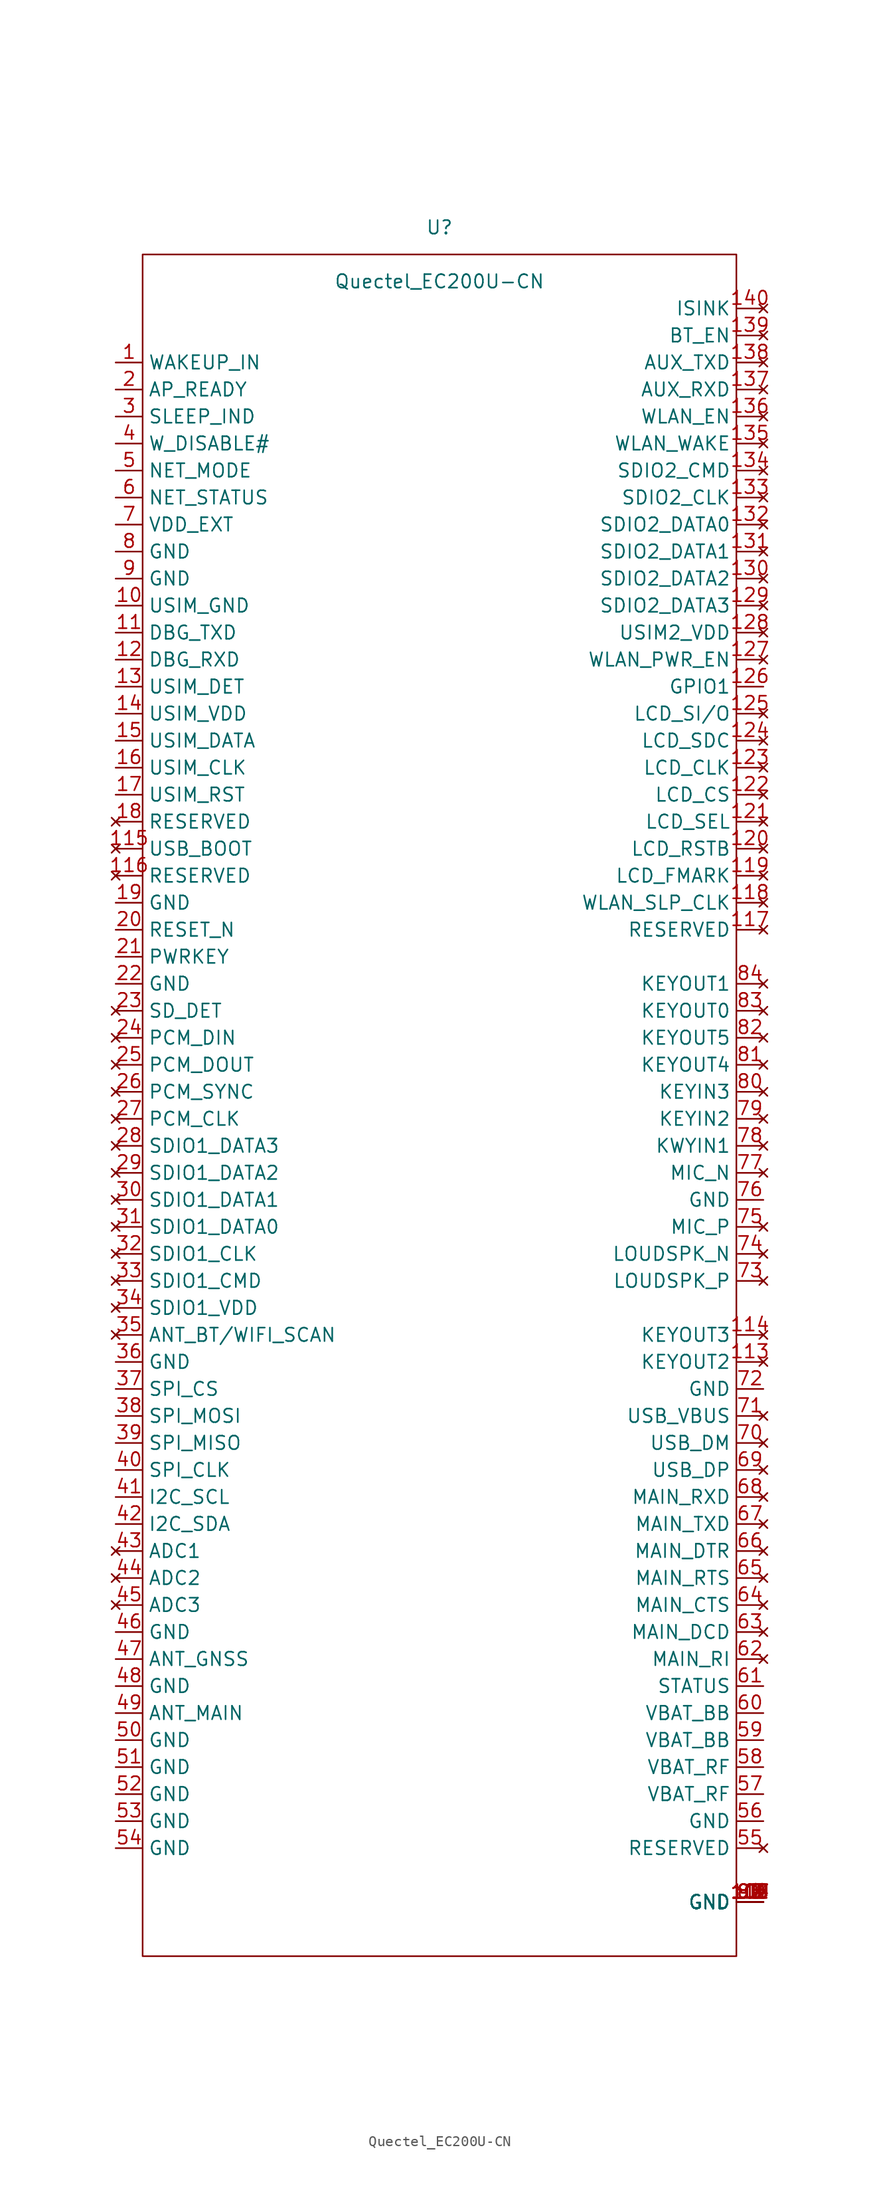
<source format=kicad_sym>
(kicad_symbol_lib
  (version 20220914)
  (generator kicad_symbol_editor)
  (symbol "Quectel_EC200U-CN"
    (property "Reference" "U"
      (at 0 78.74 0)
      (effects (font (size 1.27 1.27))))
    (property "Value" "Quectel_EC200U-CN"
      (at 0 73.66 0)
      (effects (font (size 1.27 1.27))))
    (symbol "Quectel_EC200U-CN_0_0"
      (pin input line (at -30.48 66.04 0) (length 2.54) (name "WAKEUP_IN" (effects (font (size 1.27 1.27)))) (number "1" (effects (font (size 1.27 1.27)))))
      (pin power_in line (at -30.48 43.18 0) (length 2.54) (name "USIM_GND" (effects (font (size 1.27 1.27)))) (number "10" (effects (font (size 1.27 1.27)))))
      (pin power_in line (at 30.48 -78.74 180) (length 2.54) (name "GND" (effects (font (size 1.27 1.27)))) (number "100" (effects (font (size 1.27 1.27)))))
      (pin power_in line (at 30.48 -78.74 180) (length 2.54) (name "GND" (effects (font (size 1.27 1.27)))) (number "101" (effects (font (size 1.27 1.27)))))
      (pin power_in line (at 30.48 -78.74 180) (length 2.54) (name "GND" (effects (font (size 1.27 1.27)))) (number "102" (effects (font (size 1.27 1.27)))))
      (pin power_in line (at 30.48 -78.74 180) (length 2.54) (name "GND" (effects (font (size 1.27 1.27)))) (number "103" (effects (font (size 1.27 1.27)))))
      (pin power_in line (at 30.48 -78.74 180) (length 2.54) (name "GND" (effects (font (size 1.27 1.27)))) (number "104" (effects (font (size 1.27 1.27)))))
      (pin power_in line (at 30.48 -78.74 180) (length 2.54) (name "GND" (effects (font (size 1.27 1.27)))) (number "105" (effects (font (size 1.27 1.27)))))
      (pin power_in line (at 30.48 -78.74 180) (length 2.54) (name "GND" (effects (font (size 1.27 1.27)))) (number "106" (effects (font (size 1.27 1.27)))))
      (pin power_in line (at 30.48 -78.74 180) (length 2.54) (name "GND" (effects (font (size 1.27 1.27)))) (number "107" (effects (font (size 1.27 1.27)))))
      (pin power_in line (at 30.48 -78.74 180) (length 2.54) (name "GND" (effects (font (size 1.27 1.27)))) (number "108" (effects (font (size 1.27 1.27)))))
      (pin power_in line (at 30.48 -78.74 180) (length 2.54) (name "GND" (effects (font (size 1.27 1.27)))) (number "109" (effects (font (size 1.27 1.27)))))
      (pin bidirectional line (at -30.48 40.64 0) (length 2.54) (name "DBG_TXD" (effects (font (size 1.27 1.27)))) (number "11" (effects (font (size 1.27 1.27)))))
      (pin power_in line (at 30.48 -78.74 180) (length 2.54) (name "GND" (effects (font (size 1.27 1.27)))) (number "110" (effects (font (size 1.27 1.27)))))
      (pin power_in line (at 30.48 -78.74 180) (length 2.54) (name "GND" (effects (font (size 1.27 1.27)))) (number "111" (effects (font (size 1.27 1.27)))))
      (pin power_in line (at 30.48 -78.74 180) (length 2.54) (name "GND" (effects (font (size 1.27 1.27)))) (number "112" (effects (font (size 1.27 1.27)))))
      (pin no_connect line (at 30.48 -27.94 180) (length 2.54) (name "KEYOUT2" (effects (font (size 1.27 1.27)))) (number "113" (effects (font (size 1.27 1.27)))))
      (pin no_connect line (at 30.48 -25.4 180) (length 2.54) (name "KEYOUT3" (effects (font (size 1.27 1.27)))) (number "114" (effects (font (size 1.27 1.27)))))
      (pin no_connect line (at -30.48 20.32 0) (length 2.54) (name "USB_BOOT" (effects (font (size 1.27 1.27)))) (number "115" (effects (font (size 1.27 1.27)))))
      (pin no_connect line (at -30.48 17.78 0) (length 2.54) (name "RESERVED" (effects (font (size 1.27 1.27)))) (number "116" (effects (font (size 1.27 1.27)))))
      (pin no_connect line (at 30.48 12.7 180) (length 2.54) (name "RESERVED" (effects (font (size 1.27 1.27)))) (number "117" (effects (font (size 1.27 1.27)))))
      (pin no_connect line (at 30.48 15.24 180) (length 2.54) (name "WLAN_SLP_CLK" (effects (font (size 1.27 1.27)))) (number "118" (effects (font (size 1.27 1.27)))))
      (pin no_connect line (at 30.48 17.78 180) (length 2.54) (name "LCD_FMARK" (effects (font (size 1.27 1.27)))) (number "119" (effects (font (size 1.27 1.27)))))
      (pin bidirectional line (at -30.48 38.1 0) (length 2.54) (name "DBG_RXD" (effects (font (size 1.27 1.27)))) (number "12" (effects (font (size 1.27 1.27)))))
      (pin no_connect line (at 30.48 20.32 180) (length 2.54) (name "LCD_RSTB" (effects (font (size 1.27 1.27)))) (number "120" (effects (font (size 1.27 1.27)))))
      (pin no_connect line (at 30.48 43.18 180) (length 2.54) (name "SDIO2_DATA3" (effects (font (size 1.27 1.27)))) (number "129" (effects (font (size 1.27 1.27)))))
      (pin unspecified line (at -30.48 35.56 0) (length 2.54) (name "USIM_DET" (effects (font (size 1.27 1.27)))) (number "13" (effects (font (size 1.27 1.27)))))
      (pin no_connect line (at 30.48 45.72 180) (length 2.54) (name "SDIO2_DATA2" (effects (font (size 1.27 1.27)))) (number "130" (effects (font (size 1.27 1.27)))))
      (pin no_connect line (at 30.48 48.26 180) (length 2.54) (name "SDIO2_DATA1" (effects (font (size 1.27 1.27)))) (number "131" (effects (font (size 1.27 1.27)))))
      (pin no_connect line (at 30.48 50.8 180) (length 2.54) (name "SDIO2_DATA0" (effects (font (size 1.27 1.27)))) (number "132" (effects (font (size 1.27 1.27)))))
      (pin no_connect line (at 30.48 53.34 180) (length 2.54) (name "SDIO2_CLK" (effects (font (size 1.27 1.27)))) (number "133" (effects (font (size 1.27 1.27)))))
      (pin no_connect line (at 30.48 55.88 180) (length 2.54) (name "SDIO2_CMD" (effects (font (size 1.27 1.27)))) (number "134" (effects (font (size 1.27 1.27)))))
      (pin no_connect line (at 30.48 58.42 180) (length 2.54) (name "WLAN_WAKE" (effects (font (size 1.27 1.27)))) (number "135" (effects (font (size 1.27 1.27)))))
      (pin no_connect line (at 30.48 60.96 180) (length 2.54) (name "WLAN_EN" (effects (font (size 1.27 1.27)))) (number "136" (effects (font (size 1.27 1.27)))))
      (pin no_connect line (at 30.48 63.5 180) (length 2.54) (name "AUX_RXD" (effects (font (size 1.27 1.27)))) (number "137" (effects (font (size 1.27 1.27)))))
      (pin no_connect line (at 30.48 66.04 180) (length 2.54) (name "AUX_TXD" (effects (font (size 1.27 1.27)))) (number "138" (effects (font (size 1.27 1.27)))))
      (pin no_connect line (at 30.48 68.58 180) (length 2.54) (name "BT_EN" (effects (font (size 1.27 1.27)))) (number "139" (effects (font (size 1.27 1.27)))))
      (pin power_in line (at -30.48 33.02 0) (length 2.54) (name "USIM_VDD" (effects (font (size 1.27 1.27)))) (number "14" (effects (font (size 1.27 1.27)))))
      (pin no_connect line (at 30.48 71.12 180) (length 2.54) (name "ISINK" (effects (font (size 1.27 1.27)))) (number "140" (effects (font (size 1.27 1.27)))))
      (pin unspecified line (at -30.48 30.48 0) (length 2.54) (name "USIM_DATA" (effects (font (size 1.27 1.27)))) (number "15" (effects (font (size 1.27 1.27)))))
      (pin unspecified line (at -30.48 27.94 0) (length 2.54) (name "USIM_CLK" (effects (font (size 1.27 1.27)))) (number "16" (effects (font (size 1.27 1.27)))))
      (pin unspecified line (at -30.48 25.4 0) (length 2.54) (name "USIM_RST" (effects (font (size 1.27 1.27)))) (number "17" (effects (font (size 1.27 1.27)))))
      (pin no_connect line (at -30.48 22.86 0) (length 2.54) (name "RESERVED" (effects (font (size 1.27 1.27)))) (number "18" (effects (font (size 1.27 1.27)))))
      (pin power_in line (at -30.48 15.24 0) (length 2.54) (name "GND" (effects (font (size 1.27 1.27)))) (number "19" (effects (font (size 1.27 1.27)))))
      (pin passive line (at -30.48 63.5 0) (length 2.54) (name "AP_READY" (effects (font (size 1.27 1.27)))) (number "2" (effects (font (size 1.27 1.27)))))
      (pin input line (at -30.48 12.7 0) (length 2.54) (name "RESET_N" (effects (font (size 1.27 1.27)))) (number "20" (effects (font (size 1.27 1.27)))))
      (pin input line (at -30.48 10.16 0) (length 2.54) (name "PWRKEY" (effects (font (size 1.27 1.27)))) (number "21" (effects (font (size 1.27 1.27)))))
      (pin power_in line (at -30.48 7.62 0) (length 2.54) (name "GND" (effects (font (size 1.27 1.27)))) (number "22" (effects (font (size 1.27 1.27)))))
      (pin no_connect line (at -30.48 5.08 0) (length 2.54) (name "SD_DET" (effects (font (size 1.27 1.27)))) (number "23" (effects (font (size 1.27 1.27)))))
      (pin no_connect line (at -30.48 2.54 0) (length 2.54) (name "PCM_DIN" (effects (font (size 1.27 1.27)))) (number "24" (effects (font (size 1.27 1.27)))))
      (pin no_connect line (at -30.48 0 0) (length 2.54) (name "PCM_DOUT" (effects (font (size 1.27 1.27)))) (number "25" (effects (font (size 1.27 1.27)))))
      (pin no_connect line (at -30.48 -2.54 0) (length 2.54) (name "PCM_SYNC" (effects (font (size 1.27 1.27)))) (number "26" (effects (font (size 1.27 1.27)))))
      (pin no_connect line (at -30.48 -5.08 0) (length 2.54) (name "PCM_CLK" (effects (font (size 1.27 1.27)))) (number "27" (effects (font (size 1.27 1.27)))))
      (pin no_connect line (at -30.48 -7.62 0) (length 2.54) (name "SDIO1_DATA3" (effects (font (size 1.27 1.27)))) (number "28" (effects (font (size 1.27 1.27)))))
      (pin no_connect line (at -30.48 -10.16 0) (length 2.54) (name "SDIO1_DATA2" (effects (font (size 1.27 1.27)))) (number "29" (effects (font (size 1.27 1.27)))))
      (pin input line (at -30.48 60.96 0) (length 2.54) (name "SLEEP_IND" (effects (font (size 1.27 1.27)))) (number "3" (effects (font (size 1.27 1.27)))))
      (pin no_connect line (at -30.48 -12.7 0) (length 2.54) (name "SDIO1_DATA1" (effects (font (size 1.27 1.27)))) (number "30" (effects (font (size 1.27 1.27)))))
      (pin no_connect line (at -30.48 -15.24 0) (length 2.54) (name "SDIO1_DATA0" (effects (font (size 1.27 1.27)))) (number "31" (effects (font (size 1.27 1.27)))))
      (pin no_connect line (at -30.48 -17.78 0) (length 2.54) (name "SDIO1_CLK" (effects (font (size 1.27 1.27)))) (number "32" (effects (font (size 1.27 1.27)))))
      (pin no_connect line (at -30.48 -20.32 0) (length 2.54) (name "SDIO1_CMD" (effects (font (size 1.27 1.27)))) (number "33" (effects (font (size 1.27 1.27)))))
      (pin no_connect line (at -30.48 -22.86 0) (length 2.54) (name "SDIO1_VDD" (effects (font (size 1.27 1.27)))) (number "34" (effects (font (size 1.27 1.27)))))
      (pin no_connect line (at -30.48 -25.4 0) (length 2.54) (name "ANT_BT/WIFI_SCAN" (effects (font (size 1.27 1.27)))) (number "35" (effects (font (size 1.27 1.27)))))
      (pin power_in line (at -30.48 -27.94 0) (length 2.54) (name "GND" (effects (font (size 1.27 1.27)))) (number "36" (effects (font (size 1.27 1.27)))))
      (pin input line (at -30.48 -30.48 0) (length 2.54) (name "SPI_CS" (effects (font (size 1.27 1.27)))) (number "37" (effects (font (size 1.27 1.27)))))
      (pin bidirectional line (at -30.48 -33.02 0) (length 2.54) (name "SPI_MOSI" (effects (font (size 1.27 1.27)))) (number "38" (effects (font (size 1.27 1.27)))))
      (pin bidirectional line (at -30.48 -35.56 0) (length 2.54) (name "SPI_MISO" (effects (font (size 1.27 1.27)))) (number "39" (effects (font (size 1.27 1.27)))))
      (pin input line (at -30.48 58.42 0) (length 2.54) (name "W_DISABLE#" (effects (font (size 1.27 1.27)))) (number "4" (effects (font (size 1.27 1.27)))))
      (pin bidirectional line (at -30.48 -38.1 0) (length 2.54) (name "SPI_CLK" (effects (font (size 1.27 1.27)))) (number "40" (effects (font (size 1.27 1.27)))))
      (pin bidirectional line (at -30.48 -40.64 0) (length 2.54) (name "I2C_SCL" (effects (font (size 1.27 1.27)))) (number "41" (effects (font (size 1.27 1.27)))))
      (pin bidirectional line (at -30.48 -43.18 0) (length 2.54) (name "I2C_SDA" (effects (font (size 1.27 1.27)))) (number "42" (effects (font (size 1.27 1.27)))))
      (pin no_connect line (at -30.48 -45.72 0) (length 2.54) (name "ADC1" (effects (font (size 1.27 1.27)))) (number "43" (effects (font (size 1.27 1.27)))))
      (pin no_connect line (at -30.48 -48.26 0) (length 2.54) (name "ADC2" (effects (font (size 1.27 1.27)))) (number "44" (effects (font (size 1.27 1.27)))))
      (pin no_connect line (at -30.48 -50.8 0) (length 2.54) (name "ADC3" (effects (font (size 1.27 1.27)))) (number "45" (effects (font (size 1.27 1.27)))))
      (pin power_in line (at -30.48 -53.34 0) (length 2.54) (name "GND" (effects (font (size 1.27 1.27)))) (number "46" (effects (font (size 1.27 1.27)))))
      (pin passive line (at -30.48 -55.88 0) (length 2.54) (name "ANT_GNSS" (effects (font (size 1.27 1.27)))) (number "47" (effects (font (size 1.27 1.27)))))
      (pin power_in line (at -30.48 -58.42 0) (length 2.54) (name "GND" (effects (font (size 1.27 1.27)))) (number "48" (effects (font (size 1.27 1.27)))))
      (pin passive line (at -30.48 -60.96 0) (length 2.54) (name "ANT_MAIN" (effects (font (size 1.27 1.27)))) (number "49" (effects (font (size 1.27 1.27)))))
      (pin output line (at -30.48 55.88 0) (length 2.54) (name "NET_MODE" (effects (font (size 1.27 1.27)))) (number "5" (effects (font (size 1.27 1.27)))))
      (pin power_in line (at -30.48 -63.5 0) (length 2.54) (name "GND" (effects (font (size 1.27 1.27)))) (number "50" (effects (font (size 1.27 1.27)))))
      (pin power_in line (at -30.48 -66.04 0) (length 2.54) (name "GND" (effects (font (size 1.27 1.27)))) (number "51" (effects (font (size 1.27 1.27)))))
      (pin power_in line (at -30.48 -68.58 0) (length 2.54) (name "GND" (effects (font (size 1.27 1.27)))) (number "52" (effects (font (size 1.27 1.27)))))
      (pin power_in line (at -30.48 -71.12 0) (length 2.54) (name "GND" (effects (font (size 1.27 1.27)))) (number "53" (effects (font (size 1.27 1.27)))))
      (pin power_in line (at -30.48 -73.66 0) (length 2.54) (name "GND" (effects (font (size 1.27 1.27)))) (number "54" (effects (font (size 1.27 1.27)))))
      (pin no_connect line (at 30.48 -73.66 180) (length 2.54) (name "RESERVED" (effects (font (size 1.27 1.27)))) (number "55" (effects (font (size 1.27 1.27)))))
      (pin power_in line (at 30.48 -71.12 180) (length 2.54) (name "GND" (effects (font (size 1.27 1.27)))) (number "56" (effects (font (size 1.27 1.27)))))
      (pin power_in line (at 30.48 -68.58 180) (length 2.54) (name "VBAT_RF" (effects (font (size 1.27 1.27)))) (number "57" (effects (font (size 1.27 1.27)))))
      (pin power_in line (at 30.48 -66.04 180) (length 2.54) (name "VBAT_RF" (effects (font (size 1.27 1.27)))) (number "58" (effects (font (size 1.27 1.27)))))
      (pin power_in line (at 30.48 -63.5 180) (length 2.54) (name "VBAT_BB" (effects (font (size 1.27 1.27)))) (number "59" (effects (font (size 1.27 1.27)))))
      (pin output line (at -30.48 53.34 0) (length 2.54) (name "NET_STATUS" (effects (font (size 1.27 1.27)))) (number "6" (effects (font (size 1.27 1.27)))))
      (pin power_in line (at 30.48 -60.96 180) (length 2.54) (name "VBAT_BB" (effects (font (size 1.27 1.27)))) (number "60" (effects (font (size 1.27 1.27)))))
      (pin output line (at 30.48 -58.42 180) (length 2.54) (name "STATUS" (effects (font (size 1.27 1.27)))) (number "61" (effects (font (size 1.27 1.27)))))
      (pin no_connect line (at 30.48 -55.88 180) (length 2.54) (name "MAIN_RI" (effects (font (size 1.27 1.27)))) (number "62" (effects (font (size 1.27 1.27)))))
      (pin no_connect line (at 30.48 -53.34 180) (length 2.54) (name "MAIN_DCD" (effects (font (size 1.27 1.27)))) (number "63" (effects (font (size 1.27 1.27)))))
      (pin no_connect line (at 30.48 -50.8 180) (length 2.54) (name "MAIN_CTS" (effects (font (size 1.27 1.27)))) (number "64" (effects (font (size 1.27 1.27)))))
      (pin no_connect line (at 30.48 -48.26 180) (length 2.54) (name "MAIN_RTS" (effects (font (size 1.27 1.27)))) (number "65" (effects (font (size 1.27 1.27)))))
      (pin no_connect line (at 30.48 -45.72 180) (length 2.54) (name "MAIN_DTR" (effects (font (size 1.27 1.27)))) (number "66" (effects (font (size 1.27 1.27)))))
      (pin no_connect line (at 30.48 -43.18 180) (length 2.54) (name "MAIN_TXD" (effects (font (size 1.27 1.27)))) (number "67" (effects (font (size 1.27 1.27)))))
      (pin no_connect line (at 30.48 -40.64 180) (length 2.54) (name "MAIN_RXD" (effects (font (size 1.27 1.27)))) (number "68" (effects (font (size 1.27 1.27)))))
      (pin no_connect line (at 30.48 -38.1 180) (length 2.54) (name "USB_DP" (effects (font (size 1.27 1.27)))) (number "69" (effects (font (size 1.27 1.27)))))
      (pin power_in line (at -30.48 50.8 0) (length 2.54) (name "VDD_EXT" (effects (font (size 1.27 1.27)))) (number "7" (effects (font (size 1.27 1.27)))))
      (pin no_connect line (at 30.48 -35.56 180) (length 2.54) (name "USB_DM" (effects (font (size 1.27 1.27)))) (number "70" (effects (font (size 1.27 1.27)))))
      (pin no_connect line (at 30.48 -33.02 180) (length 2.54) (name "USB_VBUS" (effects (font (size 1.27 1.27)))) (number "71" (effects (font (size 1.27 1.27)))))
      (pin power_in line (at 30.48 -30.48 180) (length 2.54) (name "GND" (effects (font (size 1.27 1.27)))) (number "72" (effects (font (size 1.27 1.27)))))
      (pin no_connect line (at 30.48 -20.32 180) (length 2.54) (name "LOUDSPK_P" (effects (font (size 1.27 1.27)))) (number "73" (effects (font (size 1.27 1.27)))))
      (pin no_connect line (at 30.48 -17.78 180) (length 2.54) (name "LOUDSPK_N" (effects (font (size 1.27 1.27)))) (number "74" (effects (font (size 1.27 1.27)))))
      (pin no_connect line (at 30.48 -15.24 180) (length 2.54) (name "MIC_P" (effects (font (size 1.27 1.27)))) (number "75" (effects (font (size 1.27 1.27)))))
      (pin power_in line (at 30.48 -12.7 180) (length 2.54) (name "GND" (effects (font (size 1.27 1.27)))) (number "76" (effects (font (size 1.27 1.27)))))
      (pin no_connect line (at 30.48 -10.16 180) (length 2.54) (name "MIC_N" (effects (font (size 1.27 1.27)))) (number "77" (effects (font (size 1.27 1.27)))))
      (pin no_connect line (at 30.48 -7.62 180) (length 2.54) (name "KWYIN1" (effects (font (size 1.27 1.27)))) (number "78" (effects (font (size 1.27 1.27)))))
      (pin no_connect line (at 30.48 -5.08 180) (length 2.54) (name "KEYIN2" (effects (font (size 1.27 1.27)))) (number "79" (effects (font (size 1.27 1.27)))))
      (pin power_in line (at -30.48 48.26 0) (length 2.54) (name "GND" (effects (font (size 1.27 1.27)))) (number "8" (effects (font (size 1.27 1.27)))))
      (pin no_connect line (at 30.48 -2.54 180) (length 2.54) (name "KEYIN3" (effects (font (size 1.27 1.27)))) (number "80" (effects (font (size 1.27 1.27)))))
      (pin no_connect line (at 30.48 0 180) (length 2.54) (name "KEYOUT4" (effects (font (size 1.27 1.27)))) (number "81" (effects (font (size 1.27 1.27)))))
      (pin no_connect line (at 30.48 2.54 180) (length 2.54) (name "KEYOUT5" (effects (font (size 1.27 1.27)))) (number "82" (effects (font (size 1.27 1.27)))))
      (pin no_connect line (at 30.48 5.08 180) (length 2.54) (name "KEYOUT0" (effects (font (size 1.27 1.27)))) (number "83" (effects (font (size 1.27 1.27)))))
      (pin no_connect line (at 30.48 7.62 180) (length 2.54) (name "KEYOUT1" (effects (font (size 1.27 1.27)))) (number "84" (effects (font (size 1.27 1.27)))))
      (pin power_in line (at 30.48 -78.74 180) (length 2.54) (name "GND" (effects (font (size 1.27 1.27)))) (number "85" (effects (font (size 1.27 1.27)))))
      (pin power_in line (at 30.48 -78.74 180) (length 2.54) (name "GND" (effects (font (size 1.27 1.27)))) (number "86" (effects (font (size 1.27 1.27)))))
      (pin power_in line (at 30.48 -78.74 180) (length 2.54) (name "GND" (effects (font (size 1.27 1.27)))) (number "87" (effects (font (size 1.27 1.27)))))
      (pin power_in line (at 30.48 -78.74 180) (length 2.54) (name "GND" (effects (font (size 1.27 1.27)))) (number "88" (effects (font (size 1.27 1.27)))))
      (pin power_in line (at 30.48 -78.74 180) (length 2.54) (name "GND" (effects (font (size 1.27 1.27)))) (number "89" (effects (font (size 1.27 1.27)))))
      (pin power_in line (at -30.48 45.72 0) (length 2.54) (name "GND" (effects (font (size 1.27 1.27)))) (number "9" (effects (font (size 1.27 1.27)))))
      (pin power_in line (at 30.48 -78.74 180) (length 2.54) (name "GND" (effects (font (size 1.27 1.27)))) (number "90" (effects (font (size 1.27 1.27)))))
      (pin power_in line (at 30.48 -78.74 180) (length 2.54) (name "GND" (effects (font (size 1.27 1.27)))) (number "91" (effects (font (size 1.27 1.27)))))
      (pin power_in line (at 30.48 -78.74 180) (length 2.54) (name "GND" (effects (font (size 1.27 1.27)))) (number "92" (effects (font (size 1.27 1.27)))))
      (pin power_in line (at 30.48 -78.74 180) (length 2.54) (name "GND" (effects (font (size 1.27 1.27)))) (number "93" (effects (font (size 1.27 1.27)))))
      (pin power_in line (at 30.48 -78.74 180) (length 2.54) (name "GND" (effects (font (size 1.27 1.27)))) (number "94" (effects (font (size 1.27 1.27)))))
      (pin power_in line (at 30.48 -78.74 180) (length 2.54) (name "GND" (effects (font (size 1.27 1.27)))) (number "95" (effects (font (size 1.27 1.27)))))
      (pin power_in line (at 30.48 -78.74 180) (length 2.54) (name "GND" (effects (font (size 1.27 1.27)))) (number "96" (effects (font (size 1.27 1.27)))))
      (pin power_in line (at 30.48 -78.74 180) (length 2.54) (name "GND" (effects (font (size 1.27 1.27)))) (number "97" (effects (font (size 1.27 1.27)))))
      (pin power_in line (at 30.48 -78.74 180) (length 2.54) (name "GND" (effects (font (size 1.27 1.27)))) (number "98" (effects (font (size 1.27 1.27)))))
      (pin power_in line (at 30.48 -78.74 180) (length 2.54) (name "GND" (effects (font (size 1.27 1.27)))) (number "99" (effects (font (size 1.27 1.27))))))
    (symbol "Quectel_EC200U-CN_0_1"
      (rectangle (start -27.94 76.2) (end 27.94 -83.82) (stroke (width 0.152) (type default)) (fill (type none))))
    (symbol "Quectel_EC200U-CN_1_1"
      (pin no_connect line (at 30.48 22.86 180) (length 2.54) (name "LCD_SEL" (effects (font (size 1.27 1.27)))) (number "121" (effects (font (size 1.27 1.27)))))
      (pin no_connect line (at 30.48 25.4 180) (length 2.54) (name "LCD_CS" (effects (font (size 1.27 1.27)))) (number "122" (effects (font (size 1.27 1.27)))))
      (pin no_connect line (at 30.48 27.94 180) (length 2.54) (name "LCD_CLK" (effects (font (size 1.27 1.27)))) (number "123" (effects (font (size 1.27 1.27)))))
      (pin no_connect line (at 30.48 30.48 180) (length 2.54) (name "LCD_SDC" (effects (font (size 1.27 1.27)))) (number "124" (effects (font (size 1.27 1.27)))))
      (pin no_connect line (at 30.48 33.02 180) (length 2.54) (name "LCD_SI/O" (effects (font (size 1.27 1.27)))) (number "125" (effects (font (size 1.27 1.27)))))
      (pin bidirectional line (at 30.48 35.56 180) (length 2.54) (name "GPIO1" (effects (font (size 1.27 1.27)))) (number "126" (effects (font (size 1.27 1.27)))))
      (pin no_connect line (at 30.48 38.1 180) (length 2.54) (name "WLAN_PWR_EN" (effects (font (size 1.27 1.27)))) (number "127" (effects (font (size 1.27 1.27)))))
      (pin no_connect line (at 30.48 40.64 180) (length 2.54) (name "USIM2_VDD" (effects (font (size 1.27 1.27)))) (number "128" (effects (font (size 1.27 1.27))))))))
</source>
